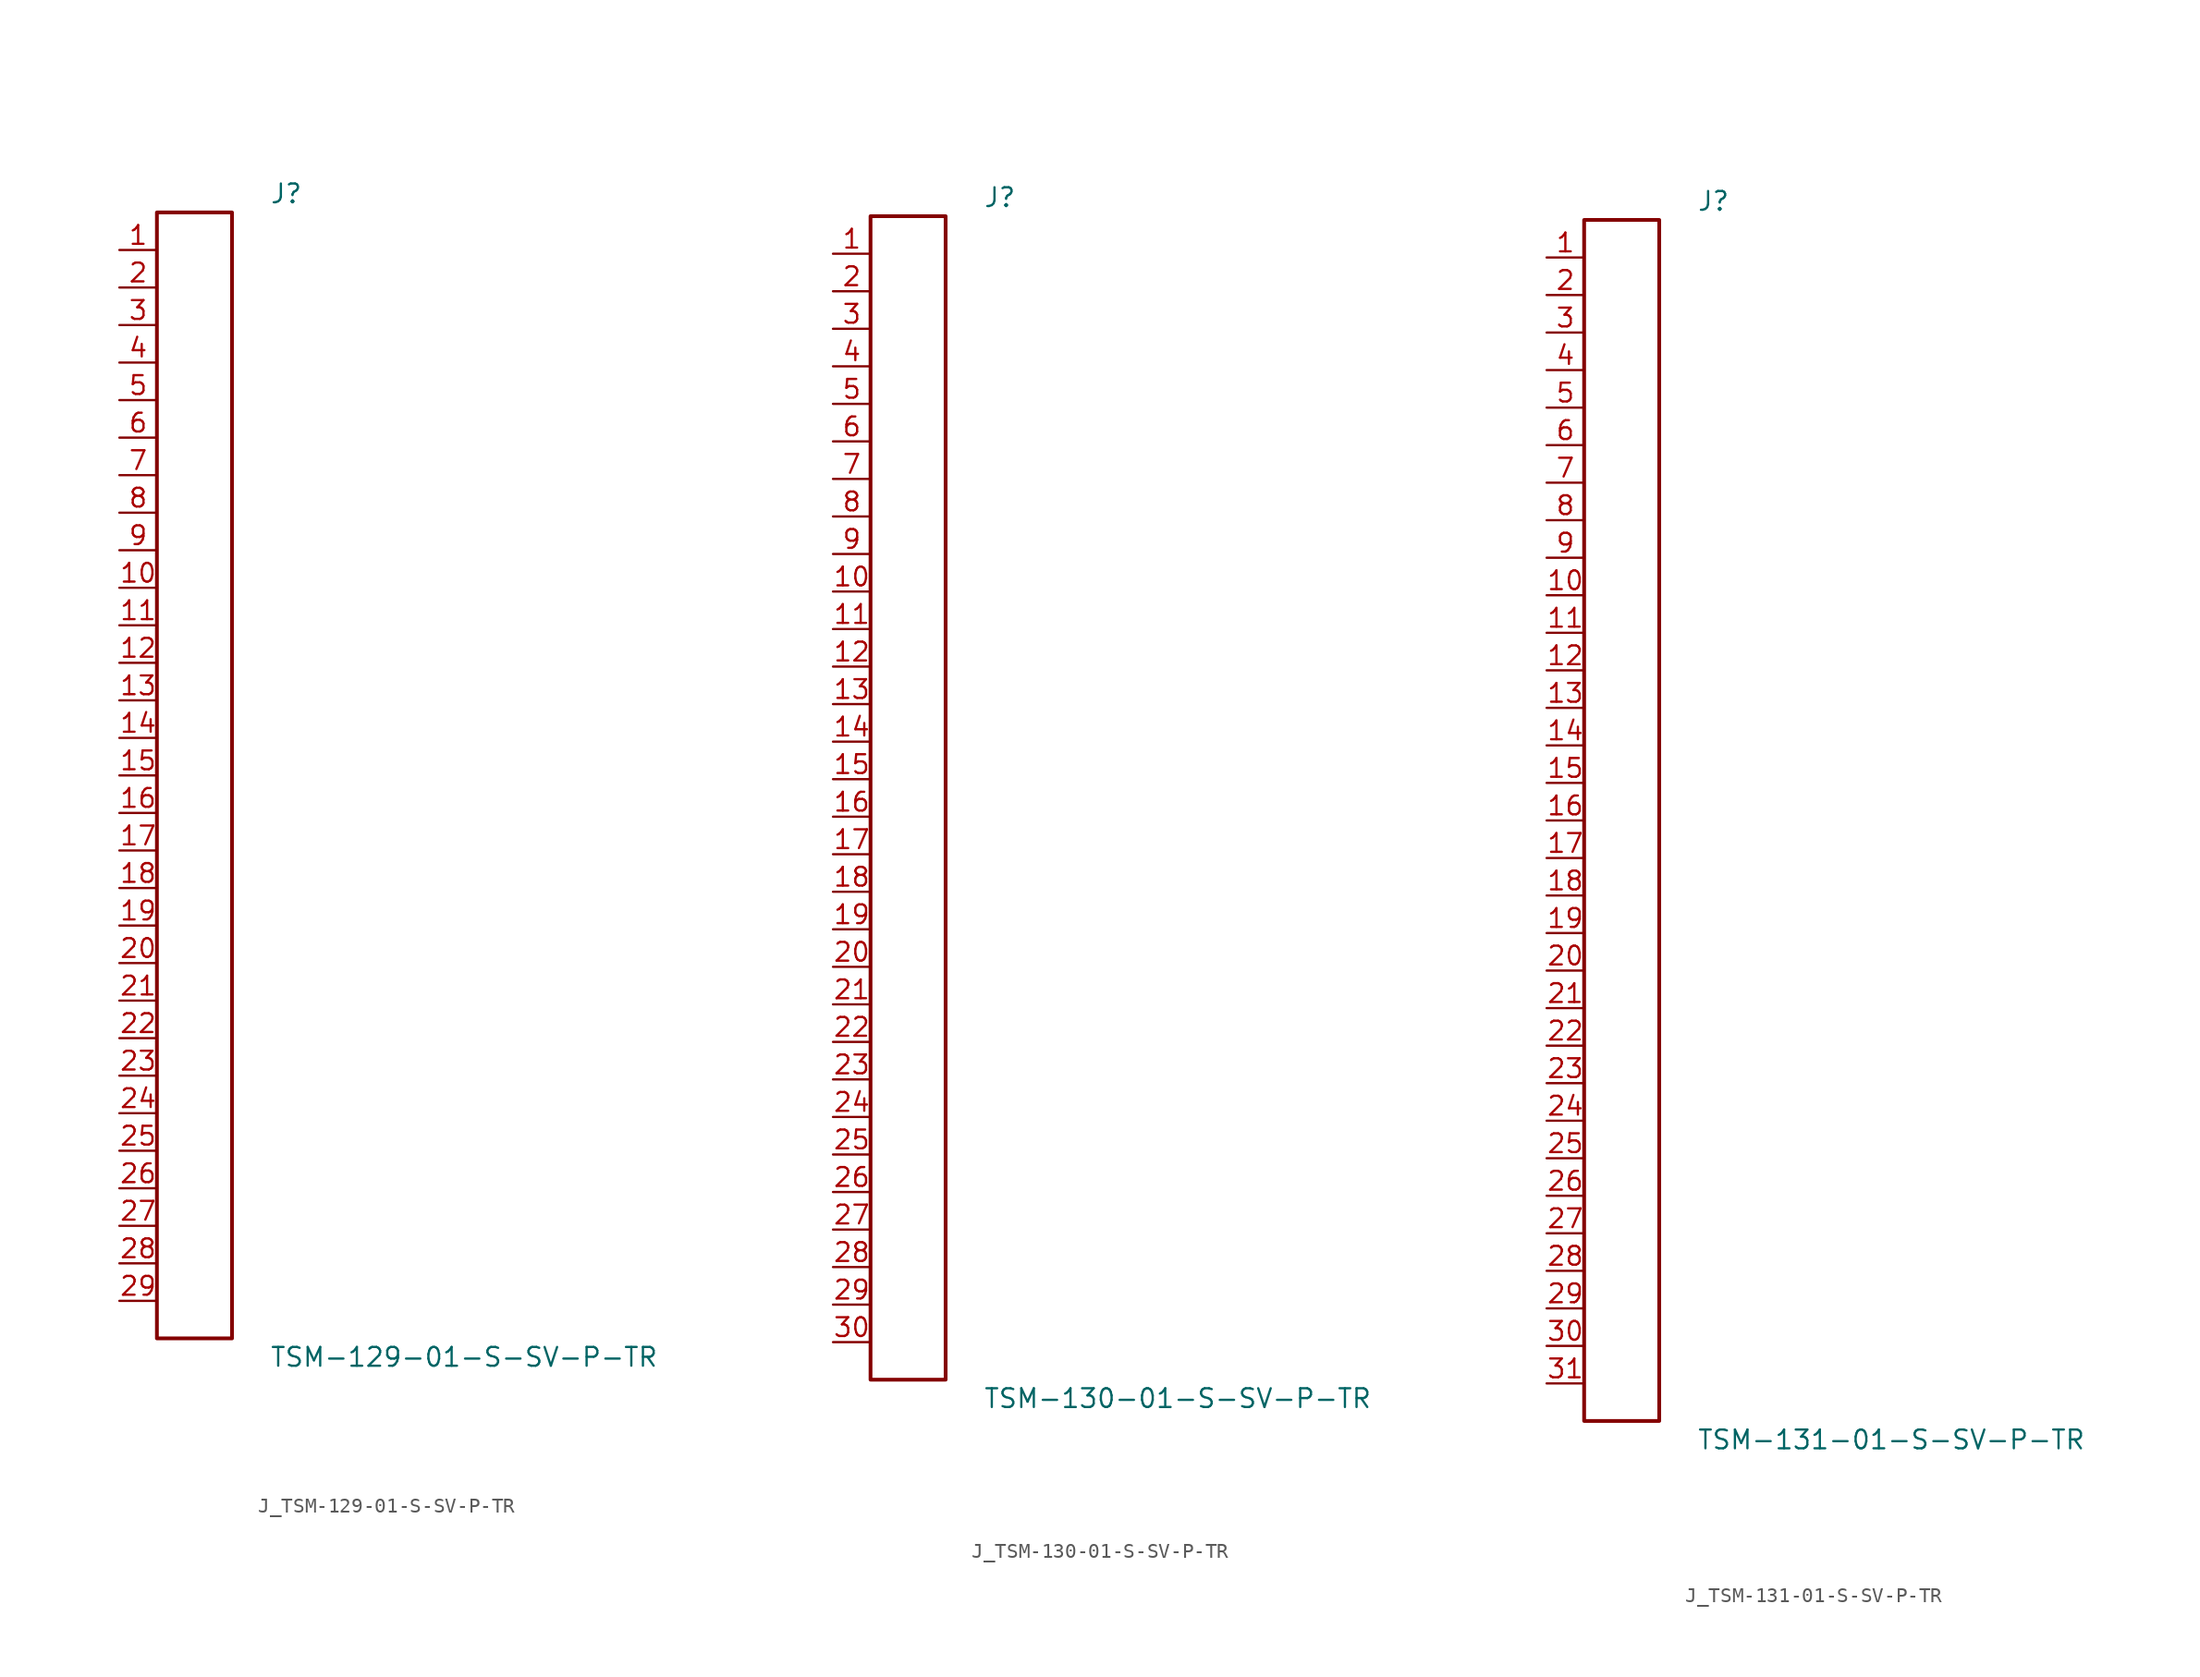
<source format=kicad_sym>
(kicad_symbol_lib
  (version 20231120)
  (generator kicad_symbol_editor)
  (generator_version 8.0)
  (symbol "J_TSM-129-01-S-SV-P-TR"
    (pin_names
      (offset 0.254))
    (property "Reference" "J"
      (at 5.08 39.37 0)
      (effects (font (size 1.27 1.27)) (justify left)))
    (property "Value" "TSM-129-01-S-SV-P-TR"
      (at 5.08 -39.37 0)
      (effects (font (size 1.27 1.27)) (justify left)))
    (symbol "J_TSM-129-01-S-SV-P-TR_0_0"
      (pin unspecified line (at -5.08 35.56 0) (length 2.54) (name "" (effects (font (size 1.27 1.27)))) (number "1" (effects (font (size 1.27 1.27)))))
      (pin unspecified line (at -5.08 33.02 0) (length 2.54) (name "" (effects (font (size 1.27 1.27)))) (number "2" (effects (font (size 1.27 1.27)))))
      (pin unspecified line (at -5.08 30.48 0) (length 2.54) (name "" (effects (font (size 1.27 1.27)))) (number "3" (effects (font (size 1.27 1.27)))))
      (pin unspecified line (at -5.08 27.94 0) (length 2.54) (name "" (effects (font (size 1.27 1.27)))) (number "4" (effects (font (size 1.27 1.27)))))
      (pin unspecified line (at -5.08 25.4 0) (length 2.54) (name "" (effects (font (size 1.27 1.27)))) (number "5" (effects (font (size 1.27 1.27)))))
      (pin unspecified line (at -5.08 22.86 0) (length 2.54) (name "" (effects (font (size 1.27 1.27)))) (number "6" (effects (font (size 1.27 1.27)))))
      (pin unspecified line (at -5.08 20.32 0) (length 2.54) (name "" (effects (font (size 1.27 1.27)))) (number "7" (effects (font (size 1.27 1.27)))))
      (pin unspecified line (at -5.08 17.78 0) (length 2.54) (name "" (effects (font (size 1.27 1.27)))) (number "8" (effects (font (size 1.27 1.27)))))
      (pin unspecified line (at -5.08 15.24 0) (length 2.54) (name "" (effects (font (size 1.27 1.27)))) (number "9" (effects (font (size 1.27 1.27)))))
      (pin unspecified line (at -5.08 12.7 0) (length 2.54) (name "" (effects (font (size 1.27 1.27)))) (number "10" (effects (font (size 1.27 1.27)))))
      (pin unspecified line (at -5.08 10.16 0) (length 2.54) (name "" (effects (font (size 1.27 1.27)))) (number "11" (effects (font (size 1.27 1.27)))))
      (pin unspecified line (at -5.08 7.62 0) (length 2.54) (name "" (effects (font (size 1.27 1.27)))) (number "12" (effects (font (size 1.27 1.27)))))
      (pin unspecified line (at -5.08 5.08 0) (length 2.54) (name "" (effects (font (size 1.27 1.27)))) (number "13" (effects (font (size 1.27 1.27)))))
      (pin unspecified line (at -5.08 2.54 0) (length 2.54) (name "" (effects (font (size 1.27 1.27)))) (number "14" (effects (font (size 1.27 1.27)))))
      (pin unspecified line (at -5.08 0.0 0) (length 2.54) (name "" (effects (font (size 1.27 1.27)))) (number "15" (effects (font (size 1.27 1.27)))))
      (pin unspecified line (at -5.08 -2.54 0) (length 2.54) (name "" (effects (font (size 1.27 1.27)))) (number "16" (effects (font (size 1.27 1.27)))))
      (pin unspecified line (at -5.08 -5.08 0) (length 2.54) (name "" (effects (font (size 1.27 1.27)))) (number "17" (effects (font (size 1.27 1.27)))))
      (pin unspecified line (at -5.08 -7.62 0) (length 2.54) (name "" (effects (font (size 1.27 1.27)))) (number "18" (effects (font (size 1.27 1.27)))))
      (pin unspecified line (at -5.08 -10.16 0) (length 2.54) (name "" (effects (font (size 1.27 1.27)))) (number "19" (effects (font (size 1.27 1.27)))))
      (pin unspecified line (at -5.08 -12.7 0) (length 2.54) (name "" (effects (font (size 1.27 1.27)))) (number "20" (effects (font (size 1.27 1.27)))))
      (pin unspecified line (at -5.08 -15.24 0) (length 2.54) (name "" (effects (font (size 1.27 1.27)))) (number "21" (effects (font (size 1.27 1.27)))))
      (pin unspecified line (at -5.08 -17.78 0) (length 2.54) (name "" (effects (font (size 1.27 1.27)))) (number "22" (effects (font (size 1.27 1.27)))))
      (pin unspecified line (at -5.08 -20.32 0) (length 2.54) (name "" (effects (font (size 1.27 1.27)))) (number "23" (effects (font (size 1.27 1.27)))))
      (pin unspecified line (at -5.08 -22.86 0) (length 2.54) (name "" (effects (font (size 1.27 1.27)))) (number "24" (effects (font (size 1.27 1.27)))))
      (pin unspecified line (at -5.08 -25.4 0) (length 2.54) (name "" (effects (font (size 1.27 1.27)))) (number "25" (effects (font (size 1.27 1.27)))))
      (pin unspecified line (at -5.08 -27.94 0) (length 2.54) (name "" (effects (font (size 1.27 1.27)))) (number "26" (effects (font (size 1.27 1.27)))))
      (pin unspecified line (at -5.08 -30.48 0) (length 2.54) (name "" (effects (font (size 1.27 1.27)))) (number "27" (effects (font (size 1.27 1.27)))))
      (pin unspecified line (at -5.08 -33.02 0) (length 2.54) (name "" (effects (font (size 1.27 1.27)))) (number "28" (effects (font (size 1.27 1.27)))))
      (pin unspecified line (at -5.08 -35.56 0) (length 2.54) (name "" (effects (font (size 1.27 1.27)))) (number "29" (effects (font (size 1.27 1.27))))))
    (symbol "J_TSM-129-01-S-SV-P-TR_1_0"
      (rectangle (start -2.54 38.1) (end 2.54 -38.1) (stroke (width 0.254) (type solid)) (fill (type none)))))
  (symbol "J_TSM-130-01-S-SV-P-TR"
    (pin_names
      (offset 0.254))
    (property "Reference" "J"
      (at 5.08 40.64 0)
      (effects (font (size 1.27 1.27)) (justify left)))
    (property "Value" "TSM-130-01-S-SV-P-TR"
      (at 5.08 -40.64 0)
      (effects (font (size 1.27 1.27)) (justify left)))
    (symbol "J_TSM-130-01-S-SV-P-TR_0_0"
      (pin unspecified line (at -5.08 36.83 0) (length 2.54) (name "" (effects (font (size 1.27 1.27)))) (number "1" (effects (font (size 1.27 1.27)))))
      (pin unspecified line (at -5.08 34.29 0) (length 2.54) (name "" (effects (font (size 1.27 1.27)))) (number "2" (effects (font (size 1.27 1.27)))))
      (pin unspecified line (at -5.08 31.75 0) (length 2.54) (name "" (effects (font (size 1.27 1.27)))) (number "3" (effects (font (size 1.27 1.27)))))
      (pin unspecified line (at -5.08 29.21 0) (length 2.54) (name "" (effects (font (size 1.27 1.27)))) (number "4" (effects (font (size 1.27 1.27)))))
      (pin unspecified line (at -5.08 26.67 0) (length 2.54) (name "" (effects (font (size 1.27 1.27)))) (number "5" (effects (font (size 1.27 1.27)))))
      (pin unspecified line (at -5.08 24.13 0) (length 2.54) (name "" (effects (font (size 1.27 1.27)))) (number "6" (effects (font (size 1.27 1.27)))))
      (pin unspecified line (at -5.08 21.59 0) (length 2.54) (name "" (effects (font (size 1.27 1.27)))) (number "7" (effects (font (size 1.27 1.27)))))
      (pin unspecified line (at -5.08 19.05 0) (length 2.54) (name "" (effects (font (size 1.27 1.27)))) (number "8" (effects (font (size 1.27 1.27)))))
      (pin unspecified line (at -5.08 16.51 0) (length 2.54) (name "" (effects (font (size 1.27 1.27)))) (number "9" (effects (font (size 1.27 1.27)))))
      (pin unspecified line (at -5.08 13.97 0) (length 2.54) (name "" (effects (font (size 1.27 1.27)))) (number "10" (effects (font (size 1.27 1.27)))))
      (pin unspecified line (at -5.08 11.43 0) (length 2.54) (name "" (effects (font (size 1.27 1.27)))) (number "11" (effects (font (size 1.27 1.27)))))
      (pin unspecified line (at -5.08 8.89 0) (length 2.54) (name "" (effects (font (size 1.27 1.27)))) (number "12" (effects (font (size 1.27 1.27)))))
      (pin unspecified line (at -5.08 6.35 0) (length 2.54) (name "" (effects (font (size 1.27 1.27)))) (number "13" (effects (font (size 1.27 1.27)))))
      (pin unspecified line (at -5.08 3.81 0) (length 2.54) (name "" (effects (font (size 1.27 1.27)))) (number "14" (effects (font (size 1.27 1.27)))))
      (pin unspecified line (at -5.08 1.27 0) (length 2.54) (name "" (effects (font (size 1.27 1.27)))) (number "15" (effects (font (size 1.27 1.27)))))
      (pin unspecified line (at -5.08 -1.27 0) (length 2.54) (name "" (effects (font (size 1.27 1.27)))) (number "16" (effects (font (size 1.27 1.27)))))
      (pin unspecified line (at -5.08 -3.81 0) (length 2.54) (name "" (effects (font (size 1.27 1.27)))) (number "17" (effects (font (size 1.27 1.27)))))
      (pin unspecified line (at -5.08 -6.35 0) (length 2.54) (name "" (effects (font (size 1.27 1.27)))) (number "18" (effects (font (size 1.27 1.27)))))
      (pin unspecified line (at -5.08 -8.89 0) (length 2.54) (name "" (effects (font (size 1.27 1.27)))) (number "19" (effects (font (size 1.27 1.27)))))
      (pin unspecified line (at -5.08 -11.43 0) (length 2.54) (name "" (effects (font (size 1.27 1.27)))) (number "20" (effects (font (size 1.27 1.27)))))
      (pin unspecified line (at -5.08 -13.97 0) (length 2.54) (name "" (effects (font (size 1.27 1.27)))) (number "21" (effects (font (size 1.27 1.27)))))
      (pin unspecified line (at -5.08 -16.51 0) (length 2.54) (name "" (effects (font (size 1.27 1.27)))) (number "22" (effects (font (size 1.27 1.27)))))
      (pin unspecified line (at -5.08 -19.05 0) (length 2.54) (name "" (effects (font (size 1.27 1.27)))) (number "23" (effects (font (size 1.27 1.27)))))
      (pin unspecified line (at -5.08 -21.59 0) (length 2.54) (name "" (effects (font (size 1.27 1.27)))) (number "24" (effects (font (size 1.27 1.27)))))
      (pin unspecified line (at -5.08 -24.13 0) (length 2.54) (name "" (effects (font (size 1.27 1.27)))) (number "25" (effects (font (size 1.27 1.27)))))
      (pin unspecified line (at -5.08 -26.67 0) (length 2.54) (name "" (effects (font (size 1.27 1.27)))) (number "26" (effects (font (size 1.27 1.27)))))
      (pin unspecified line (at -5.08 -29.21 0) (length 2.54) (name "" (effects (font (size 1.27 1.27)))) (number "27" (effects (font (size 1.27 1.27)))))
      (pin unspecified line (at -5.08 -31.75 0) (length 2.54) (name "" (effects (font (size 1.27 1.27)))) (number "28" (effects (font (size 1.27 1.27)))))
      (pin unspecified line (at -5.08 -34.29 0) (length 2.54) (name "" (effects (font (size 1.27 1.27)))) (number "29" (effects (font (size 1.27 1.27)))))
      (pin unspecified line (at -5.08 -36.83 0) (length 2.54) (name "" (effects (font (size 1.27 1.27)))) (number "30" (effects (font (size 1.27 1.27))))))
    (symbol "J_TSM-130-01-S-SV-P-TR_1_0"
      (rectangle (start -2.54 39.37) (end 2.54 -39.37) (stroke (width 0.254) (type solid)) (fill (type none)))))
  (symbol "J_TSM-131-01-S-SV-P-TR"
    (pin_names
      (offset 0.254))
    (property "Reference" "J"
      (at 5.08 41.91 0)
      (effects (font (size 1.27 1.27)) (justify left)))
    (property "Value" "TSM-131-01-S-SV-P-TR"
      (at 5.08 -41.91 0)
      (effects (font (size 1.27 1.27)) (justify left)))
    (symbol "J_TSM-131-01-S-SV-P-TR_0_0"
      (pin unspecified line (at -5.08 38.1 0) (length 2.54) (name "" (effects (font (size 1.27 1.27)))) (number "1" (effects (font (size 1.27 1.27)))))
      (pin unspecified line (at -5.08 35.56 0) (length 2.54) (name "" (effects (font (size 1.27 1.27)))) (number "2" (effects (font (size 1.27 1.27)))))
      (pin unspecified line (at -5.08 33.02 0) (length 2.54) (name "" (effects (font (size 1.27 1.27)))) (number "3" (effects (font (size 1.27 1.27)))))
      (pin unspecified line (at -5.08 30.48 0) (length 2.54) (name "" (effects (font (size 1.27 1.27)))) (number "4" (effects (font (size 1.27 1.27)))))
      (pin unspecified line (at -5.08 27.94 0) (length 2.54) (name "" (effects (font (size 1.27 1.27)))) (number "5" (effects (font (size 1.27 1.27)))))
      (pin unspecified line (at -5.08 25.4 0) (length 2.54) (name "" (effects (font (size 1.27 1.27)))) (number "6" (effects (font (size 1.27 1.27)))))
      (pin unspecified line (at -5.08 22.86 0) (length 2.54) (name "" (effects (font (size 1.27 1.27)))) (number "7" (effects (font (size 1.27 1.27)))))
      (pin unspecified line (at -5.08 20.32 0) (length 2.54) (name "" (effects (font (size 1.27 1.27)))) (number "8" (effects (font (size 1.27 1.27)))))
      (pin unspecified line (at -5.08 17.78 0) (length 2.54) (name "" (effects (font (size 1.27 1.27)))) (number "9" (effects (font (size 1.27 1.27)))))
      (pin unspecified line (at -5.08 15.24 0) (length 2.54) (name "" (effects (font (size 1.27 1.27)))) (number "10" (effects (font (size 1.27 1.27)))))
      (pin unspecified line (at -5.08 12.7 0) (length 2.54) (name "" (effects (font (size 1.27 1.27)))) (number "11" (effects (font (size 1.27 1.27)))))
      (pin unspecified line (at -5.08 10.16 0) (length 2.54) (name "" (effects (font (size 1.27 1.27)))) (number "12" (effects (font (size 1.27 1.27)))))
      (pin unspecified line (at -5.08 7.62 0) (length 2.54) (name "" (effects (font (size 1.27 1.27)))) (number "13" (effects (font (size 1.27 1.27)))))
      (pin unspecified line (at -5.08 5.08 0) (length 2.54) (name "" (effects (font (size 1.27 1.27)))) (number "14" (effects (font (size 1.27 1.27)))))
      (pin unspecified line (at -5.08 2.54 0) (length 2.54) (name "" (effects (font (size 1.27 1.27)))) (number "15" (effects (font (size 1.27 1.27)))))
      (pin unspecified line (at -5.08 0.0 0) (length 2.54) (name "" (effects (font (size 1.27 1.27)))) (number "16" (effects (font (size 1.27 1.27)))))
      (pin unspecified line (at -5.08 -2.54 0) (length 2.54) (name "" (effects (font (size 1.27 1.27)))) (number "17" (effects (font (size 1.27 1.27)))))
      (pin unspecified line (at -5.08 -5.08 0) (length 2.54) (name "" (effects (font (size 1.27 1.27)))) (number "18" (effects (font (size 1.27 1.27)))))
      (pin unspecified line (at -5.08 -7.62 0) (length 2.54) (name "" (effects (font (size 1.27 1.27)))) (number "19" (effects (font (size 1.27 1.27)))))
      (pin unspecified line (at -5.08 -10.16 0) (length 2.54) (name "" (effects (font (size 1.27 1.27)))) (number "20" (effects (font (size 1.27 1.27)))))
      (pin unspecified line (at -5.08 -12.7 0) (length 2.54) (name "" (effects (font (size 1.27 1.27)))) (number "21" (effects (font (size 1.27 1.27)))))
      (pin unspecified line (at -5.08 -15.24 0) (length 2.54) (name "" (effects (font (size 1.27 1.27)))) (number "22" (effects (font (size 1.27 1.27)))))
      (pin unspecified line (at -5.08 -17.78 0) (length 2.54) (name "" (effects (font (size 1.27 1.27)))) (number "23" (effects (font (size 1.27 1.27)))))
      (pin unspecified line (at -5.08 -20.32 0) (length 2.54) (name "" (effects (font (size 1.27 1.27)))) (number "24" (effects (font (size 1.27 1.27)))))
      (pin unspecified line (at -5.08 -22.86 0) (length 2.54) (name "" (effects (font (size 1.27 1.27)))) (number "25" (effects (font (size 1.27 1.27)))))
      (pin unspecified line (at -5.08 -25.4 0) (length 2.54) (name "" (effects (font (size 1.27 1.27)))) (number "26" (effects (font (size 1.27 1.27)))))
      (pin unspecified line (at -5.08 -27.94 0) (length 2.54) (name "" (effects (font (size 1.27 1.27)))) (number "27" (effects (font (size 1.27 1.27)))))
      (pin unspecified line (at -5.08 -30.48 0) (length 2.54) (name "" (effects (font (size 1.27 1.27)))) (number "28" (effects (font (size 1.27 1.27)))))
      (pin unspecified line (at -5.08 -33.02 0) (length 2.54) (name "" (effects (font (size 1.27 1.27)))) (number "29" (effects (font (size 1.27 1.27)))))
      (pin unspecified line (at -5.08 -35.56 0) (length 2.54) (name "" (effects (font (size 1.27 1.27)))) (number "30" (effects (font (size 1.27 1.27)))))
      (pin unspecified line (at -5.08 -38.1 0) (length 2.54) (name "" (effects (font (size 1.27 1.27)))) (number "31" (effects (font (size 1.27 1.27))))))
    (symbol "J_TSM-131-01-S-SV-P-TR_1_0"
      (rectangle (start -2.54 40.64) (end 2.54 -40.64) (stroke (width 0.254) (type solid)) (fill (type none))))))
</source>
